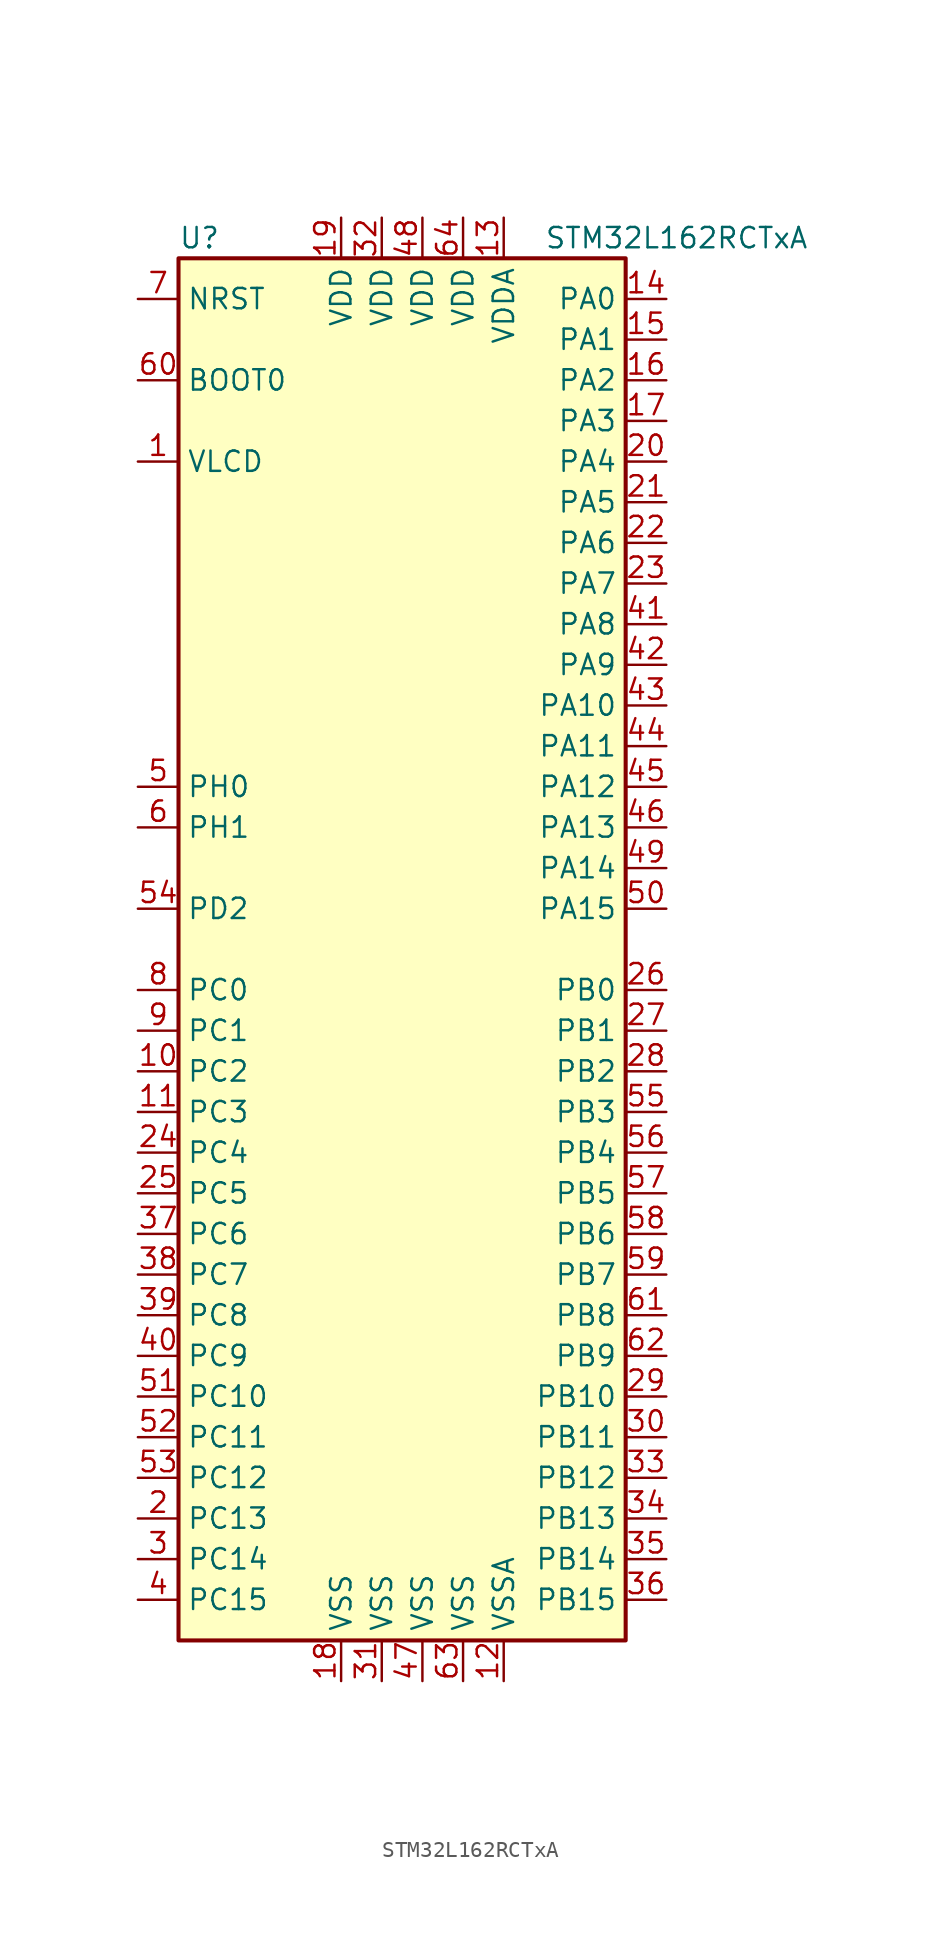
<source format=kicad_sym>
(kicad_symbol_lib
  (version 20201005)
  (generator kicad_symbol_editor)
  (symbol "STM32L162RCTxA"
    (property "Reference" "U"
      (at -15.24 44.45 0)
      (effects (font (size 1.27 1.27)) (justify left)))
    (property "Value" "STM32L162RCTxA"
      (at 7.62 44.45 0)
      (effects (font (size 1.27 1.27)) (justify left)))
    (symbol "STM32L162RCTxA_0_1"
      (rectangle (start -15.24 -43.18) (end 12.7 43.18) (stroke (width 0.254)) (fill (type background))))
    (symbol "STM32L162RCTxA_1_1"
      (pin power_in line (at -17.78 30.48 0) (length 2.54) (name "VLCD" (effects (font (size 1.27 1.27)))) (number "1" (effects (font (size 1.27 1.27)))))
      (pin bidirectional line (at -17.78 -7.62 0) (length 2.54) (name "PC2" (effects (font (size 1.27 1.27)))) (number "10" (effects (font (size 1.27 1.27)))))
      (pin bidirectional line (at -17.78 -10.16 0) (length 2.54) (name "PC3" (effects (font (size 1.27 1.27)))) (number "11" (effects (font (size 1.27 1.27)))))
      (pin power_in line (at 5.08 -45.72 90) (length 2.54) (name "VSSA" (effects (font (size 1.27 1.27)))) (number "12" (effects (font (size 1.27 1.27)))))
      (pin power_in line (at 5.08 45.72 270) (length 2.54) (name "VDDA" (effects (font (size 1.27 1.27)))) (number "13" (effects (font (size 1.27 1.27)))))
      (pin bidirectional line (at 15.24 40.64 180) (length 2.54) (name "PA0" (effects (font (size 1.27 1.27)))) (number "14" (effects (font (size 1.27 1.27)))))
      (pin bidirectional line (at 15.24 38.1 180) (length 2.54) (name "PA1" (effects (font (size 1.27 1.27)))) (number "15" (effects (font (size 1.27 1.27)))))
      (pin bidirectional line (at 15.24 35.56 180) (length 2.54) (name "PA2" (effects (font (size 1.27 1.27)))) (number "16" (effects (font (size 1.27 1.27)))))
      (pin bidirectional line (at 15.24 33.02 180) (length 2.54) (name "PA3" (effects (font (size 1.27 1.27)))) (number "17" (effects (font (size 1.27 1.27)))))
      (pin power_in line (at -5.08 -45.72 90) (length 2.54) (name "VSS" (effects (font (size 1.27 1.27)))) (number "18" (effects (font (size 1.27 1.27)))))
      (pin power_in line (at -5.08 45.72 270) (length 2.54) (name "VDD" (effects (font (size 1.27 1.27)))) (number "19" (effects (font (size 1.27 1.27)))))
      (pin bidirectional line (at -17.78 -35.56 0) (length 2.54) (name "PC13" (effects (font (size 1.27 1.27)))) (number "2" (effects (font (size 1.27 1.27)))))
      (pin bidirectional line (at 15.24 30.48 180) (length 2.54) (name "PA4" (effects (font (size 1.27 1.27)))) (number "20" (effects (font (size 1.27 1.27)))))
      (pin bidirectional line (at 15.24 27.94 180) (length 2.54) (name "PA5" (effects (font (size 1.27 1.27)))) (number "21" (effects (font (size 1.27 1.27)))))
      (pin bidirectional line (at 15.24 25.4 180) (length 2.54) (name "PA6" (effects (font (size 1.27 1.27)))) (number "22" (effects (font (size 1.27 1.27)))))
      (pin bidirectional line (at 15.24 22.86 180) (length 2.54) (name "PA7" (effects (font (size 1.27 1.27)))) (number "23" (effects (font (size 1.27 1.27)))))
      (pin bidirectional line (at -17.78 -12.7 0) (length 2.54) (name "PC4" (effects (font (size 1.27 1.27)))) (number "24" (effects (font (size 1.27 1.27)))))
      (pin bidirectional line (at -17.78 -15.24 0) (length 2.54) (name "PC5" (effects (font (size 1.27 1.27)))) (number "25" (effects (font (size 1.27 1.27)))))
      (pin bidirectional line (at 15.24 -2.54 180) (length 2.54) (name "PB0" (effects (font (size 1.27 1.27)))) (number "26" (effects (font (size 1.27 1.27)))))
      (pin bidirectional line (at 15.24 -5.08 180) (length 2.54) (name "PB1" (effects (font (size 1.27 1.27)))) (number "27" (effects (font (size 1.27 1.27)))))
      (pin bidirectional line (at 15.24 -7.62 180) (length 2.54) (name "PB2" (effects (font (size 1.27 1.27)))) (number "28" (effects (font (size 1.27 1.27)))))
      (pin bidirectional line (at 15.24 -27.94 180) (length 2.54) (name "PB10" (effects (font (size 1.27 1.27)))) (number "29" (effects (font (size 1.27 1.27)))))
      (pin bidirectional line (at -17.78 -38.1 0) (length 2.54) (name "PC14" (effects (font (size 1.27 1.27)))) (number "3" (effects (font (size 1.27 1.27)))))
      (pin bidirectional line (at 15.24 -30.48 180) (length 2.54) (name "PB11" (effects (font (size 1.27 1.27)))) (number "30" (effects (font (size 1.27 1.27)))))
      (pin power_in line (at -2.54 -45.72 90) (length 2.54) (name "VSS" (effects (font (size 1.27 1.27)))) (number "31" (effects (font (size 1.27 1.27)))))
      (pin power_in line (at -2.54 45.72 270) (length 2.54) (name "VDD" (effects (font (size 1.27 1.27)))) (number "32" (effects (font (size 1.27 1.27)))))
      (pin bidirectional line (at 15.24 -33.02 180) (length 2.54) (name "PB12" (effects (font (size 1.27 1.27)))) (number "33" (effects (font (size 1.27 1.27)))))
      (pin bidirectional line (at 15.24 -35.56 180) (length 2.54) (name "PB13" (effects (font (size 1.27 1.27)))) (number "34" (effects (font (size 1.27 1.27)))))
      (pin bidirectional line (at 15.24 -38.1 180) (length 2.54) (name "PB14" (effects (font (size 1.27 1.27)))) (number "35" (effects (font (size 1.27 1.27)))))
      (pin bidirectional line (at 15.24 -40.64 180) (length 2.54) (name "PB15" (effects (font (size 1.27 1.27)))) (number "36" (effects (font (size 1.27 1.27)))))
      (pin bidirectional line (at -17.78 -17.78 0) (length 2.54) (name "PC6" (effects (font (size 1.27 1.27)))) (number "37" (effects (font (size 1.27 1.27)))))
      (pin bidirectional line (at -17.78 -20.32 0) (length 2.54) (name "PC7" (effects (font (size 1.27 1.27)))) (number "38" (effects (font (size 1.27 1.27)))))
      (pin bidirectional line (at -17.78 -22.86 0) (length 2.54) (name "PC8" (effects (font (size 1.27 1.27)))) (number "39" (effects (font (size 1.27 1.27)))))
      (pin bidirectional line (at -17.78 -40.64 0) (length 2.54) (name "PC15" (effects (font (size 1.27 1.27)))) (number "4" (effects (font (size 1.27 1.27)))))
      (pin bidirectional line (at -17.78 -25.4 0) (length 2.54) (name "PC9" (effects (font (size 1.27 1.27)))) (number "40" (effects (font (size 1.27 1.27)))))
      (pin bidirectional line (at 15.24 20.32 180) (length 2.54) (name "PA8" (effects (font (size 1.27 1.27)))) (number "41" (effects (font (size 1.27 1.27)))))
      (pin bidirectional line (at 15.24 17.78 180) (length 2.54) (name "PA9" (effects (font (size 1.27 1.27)))) (number "42" (effects (font (size 1.27 1.27)))))
      (pin bidirectional line (at 15.24 15.24 180) (length 2.54) (name "PA10" (effects (font (size 1.27 1.27)))) (number "43" (effects (font (size 1.27 1.27)))))
      (pin bidirectional line (at 15.24 12.7 180) (length 2.54) (name "PA11" (effects (font (size 1.27 1.27)))) (number "44" (effects (font (size 1.27 1.27)))))
      (pin bidirectional line (at 15.24 10.16 180) (length 2.54) (name "PA12" (effects (font (size 1.27 1.27)))) (number "45" (effects (font (size 1.27 1.27)))))
      (pin bidirectional line (at 15.24 7.62 180) (length 2.54) (name "PA13" (effects (font (size 1.27 1.27)))) (number "46" (effects (font (size 1.27 1.27)))))
      (pin power_in line (at 0 -45.72 90) (length 2.54) (name "VSS" (effects (font (size 1.27 1.27)))) (number "47" (effects (font (size 1.27 1.27)))))
      (pin power_in line (at 0 45.72 270) (length 2.54) (name "VDD" (effects (font (size 1.27 1.27)))) (number "48" (effects (font (size 1.27 1.27)))))
      (pin bidirectional line (at 15.24 5.08 180) (length 2.54) (name "PA14" (effects (font (size 1.27 1.27)))) (number "49" (effects (font (size 1.27 1.27)))))
      (pin input line (at -17.78 10.16 0) (length 2.54) (name "PH0" (effects (font (size 1.27 1.27)))) (number "5" (effects (font (size 1.27 1.27)))))
      (pin bidirectional line (at 15.24 2.54 180) (length 2.54) (name "PA15" (effects (font (size 1.27 1.27)))) (number "50" (effects (font (size 1.27 1.27)))))
      (pin bidirectional line (at -17.78 -27.94 0) (length 2.54) (name "PC10" (effects (font (size 1.27 1.27)))) (number "51" (effects (font (size 1.27 1.27)))))
      (pin bidirectional line (at -17.78 -30.48 0) (length 2.54) (name "PC11" (effects (font (size 1.27 1.27)))) (number "52" (effects (font (size 1.27 1.27)))))
      (pin bidirectional line (at -17.78 -33.02 0) (length 2.54) (name "PC12" (effects (font (size 1.27 1.27)))) (number "53" (effects (font (size 1.27 1.27)))))
      (pin bidirectional line (at -17.78 2.54 0) (length 2.54) (name "PD2" (effects (font (size 1.27 1.27)))) (number "54" (effects (font (size 1.27 1.27)))))
      (pin bidirectional line (at 15.24 -10.16 180) (length 2.54) (name "PB3" (effects (font (size 1.27 1.27)))) (number "55" (effects (font (size 1.27 1.27)))))
      (pin bidirectional line (at 15.24 -12.7 180) (length 2.54) (name "PB4" (effects (font (size 1.27 1.27)))) (number "56" (effects (font (size 1.27 1.27)))))
      (pin bidirectional line (at 15.24 -15.24 180) (length 2.54) (name "PB5" (effects (font (size 1.27 1.27)))) (number "57" (effects (font (size 1.27 1.27)))))
      (pin bidirectional line (at 15.24 -17.78 180) (length 2.54) (name "PB6" (effects (font (size 1.27 1.27)))) (number "58" (effects (font (size 1.27 1.27)))))
      (pin bidirectional line (at 15.24 -20.32 180) (length 2.54) (name "PB7" (effects (font (size 1.27 1.27)))) (number "59" (effects (font (size 1.27 1.27)))))
      (pin input line (at -17.78 7.62 0) (length 2.54) (name "PH1" (effects (font (size 1.27 1.27)))) (number "6" (effects (font (size 1.27 1.27)))))
      (pin input line (at -17.78 35.56 0) (length 2.54) (name "BOOT0" (effects (font (size 1.27 1.27)))) (number "60" (effects (font (size 1.27 1.27)))))
      (pin bidirectional line (at 15.24 -22.86 180) (length 2.54) (name "PB8" (effects (font (size 1.27 1.27)))) (number "61" (effects (font (size 1.27 1.27)))))
      (pin bidirectional line (at 15.24 -25.4 180) (length 2.54) (name "PB9" (effects (font (size 1.27 1.27)))) (number "62" (effects (font (size 1.27 1.27)))))
      (pin power_in line (at 2.54 -45.72 90) (length 2.54) (name "VSS" (effects (font (size 1.27 1.27)))) (number "63" (effects (font (size 1.27 1.27)))))
      (pin power_in line (at 2.54 45.72 270) (length 2.54) (name "VDD" (effects (font (size 1.27 1.27)))) (number "64" (effects (font (size 1.27 1.27)))))
      (pin input line (at -17.78 40.64 0) (length 2.54) (name "NRST" (effects (font (size 1.27 1.27)))) (number "7" (effects (font (size 1.27 1.27)))))
      (pin bidirectional line (at -17.78 -2.54 0) (length 2.54) (name "PC0" (effects (font (size 1.27 1.27)))) (number "8" (effects (font (size 1.27 1.27)))))
      (pin bidirectional line (at -17.78 -5.08 0) (length 2.54) (name "PC1" (effects (font (size 1.27 1.27)))) (number "9" (effects (font (size 1.27 1.27))))))))
</source>
